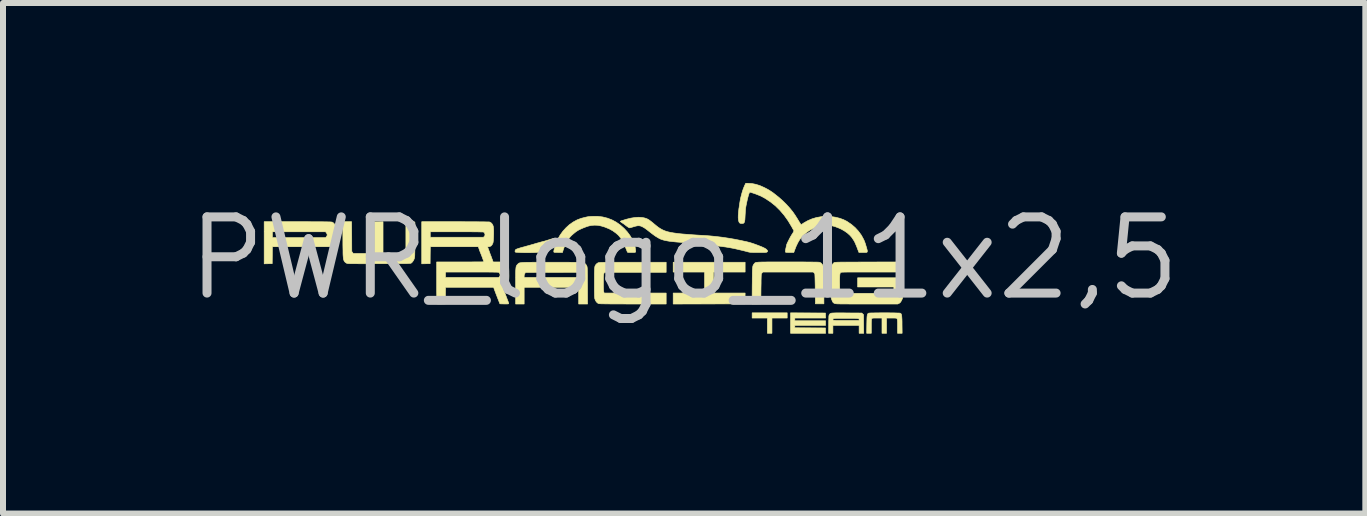
<source format=kicad_pcb>
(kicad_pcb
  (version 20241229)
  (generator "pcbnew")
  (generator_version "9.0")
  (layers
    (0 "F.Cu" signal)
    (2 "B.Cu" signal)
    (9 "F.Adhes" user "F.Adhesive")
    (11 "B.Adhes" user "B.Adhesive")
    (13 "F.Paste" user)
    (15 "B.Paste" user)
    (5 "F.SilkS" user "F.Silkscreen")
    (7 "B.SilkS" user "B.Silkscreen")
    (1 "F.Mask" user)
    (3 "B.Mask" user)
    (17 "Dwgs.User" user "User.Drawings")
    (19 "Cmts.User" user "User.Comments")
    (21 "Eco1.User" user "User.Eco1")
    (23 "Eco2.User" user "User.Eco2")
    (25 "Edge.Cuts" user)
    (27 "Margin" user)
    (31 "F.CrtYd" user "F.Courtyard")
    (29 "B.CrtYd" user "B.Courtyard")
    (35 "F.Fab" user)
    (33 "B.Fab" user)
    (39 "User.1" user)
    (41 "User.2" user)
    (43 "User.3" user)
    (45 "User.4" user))
  (footprint "PWR_logo_11x2,5"
    (layer "F.Cu")
    (at 8.353 1.255)
    (property "Reference" "PWR_logo_11x2,5" (at 0 0 0) (layer "Dwgs.User") (effects (font (size 1.27 1.27) (thickness 0.15))))
    (attr through_hole)
    (fp_poly (pts (xy 1.717 0.996) (xy 1.463 0.996) (xy 1.463 1.25) (xy 1.387 1.25) (xy 1.387 0.996) (xy 1.133 0.996) (xy 1.133 0.909) (xy 1.717 0.909) (xy 1.717 0.996)) (stroke (width 0.01) (type solid)) (fill yes) (layer "F.SilkS"))
    (fp_poly (pts (xy 1.016 0.229) (xy 0.488 0.229) (xy 0.488 0.579) (xy 1.016 0.579) (xy 1.013 0.759) (xy 0.415 0.761) (xy -0.183 0.762) (xy -0.183 0.579) (xy 0.34 0.579) (xy 0.34 0.229) (xy -0.183 0.229) (xy -0.183 0.066) (xy 1.016 0.066) (xy 1.016 0.229)) (stroke (width 0.01) (type solid)) (fill yes) (layer "F.SilkS"))
    (fp_poly (pts (xy 2.355 0.912) (xy 2.358 0.996) (xy 1.844 0.996) (xy 1.844 1.041) (xy 2.357 1.041) (xy 2.357 1.118) (xy 1.844 1.118) (xy 1.844 1.158) (xy 2.355 1.161) (xy 2.356 1.205) (xy 2.358 1.25) (xy 1.773 1.25) (xy 1.773 0.909) (xy 2.355 0.912)) (stroke (width 0.01) (type solid)) (fill yes) (layer "F.SilkS"))
    (fp_poly (pts (xy -6.351 -0.61) (xy -6.271 -0.61) (xy -6.2 -0.609) (xy -6.137 -0.609) (xy -6.082 -0.609) (xy -6.035 -0.609) (xy -5.995 -0.608) (xy -5.962 -0.608) (xy -5.934 -0.607) (xy -5.912 -0.607) (xy -5.895 -0.606) (xy -5.882 -0.605) (xy -5.873 -0.604) (xy -5.867 -0.603) (xy -5.866 -0.603) (xy -5.847 -0.591) (xy -5.829 -0.572) (xy -5.816 -0.551) (xy -5.812 -0.54) (xy -5.81 -0.529) (xy -5.809 -0.51) (xy -5.808 -0.483) (xy -5.807 -0.452) (xy -5.807 -0.417) (xy -5.806 -0.404) (xy -5.807 -0.358) (xy -5.808 -0.322) (xy -5.809 -0.293) (xy -5.812 -0.27) (xy -5.816 -0.252) (xy -5.822 -0.238) (xy -5.83 -0.226) (xy -5.84 -0.214) (xy -5.842 -0.212) (xy -5.861 -0.193) (xy -6.863 -0.193) (xy -6.866 0.089) (xy -7 0.092) (xy -7 -0.345) (xy -6.863 -0.345) (xy -5.975 -0.345) (xy -5.962 -0.361) (xy -5.951 -0.38) (xy -5.95 -0.398) (xy -5.959 -0.418) (xy -5.963 -0.423) (xy -5.977 -0.442) (xy -6.863 -0.442) (xy -6.863 -0.345) (xy -7 -0.345) (xy -7 -0.61) (xy -6.441 -0.61) (xy -6.351 -0.61)) (stroke (width 0.01) (type solid)) (fill yes) (layer "F.SilkS"))
    (fp_poly (pts (xy 2.609 0.91) (xy 2.661 0.91) (xy 2.709 0.911) (xy 2.961 0.912) (xy 2.975 0.926) (xy 2.99 0.94) (xy 2.991 1.095) (xy 2.993 1.25) (xy 2.916 1.25) (xy 2.916 1.118) (xy 2.479 1.118) (xy 2.479 1.25) (xy 2.407 1.25) (xy 2.409 1.1) (xy 2.409 1.057) (xy 2.41 1.026) (xy 2.478 1.026) (xy 2.481 1.029) (xy 2.487 1.032) (xy 2.497 1.033) (xy 2.512 1.035) (xy 2.534 1.036) (xy 2.562 1.036) (xy 2.598 1.036) (xy 2.642 1.036) (xy 2.696 1.036) (xy 2.916 1.036) (xy 2.916 1.025) (xy 2.916 1.019) (xy 2.915 1.014) (xy 2.912 1.01) (xy 2.906 1.007) (xy 2.897 1.005) (xy 2.884 1.003) (xy 2.865 1.002) (xy 2.84 1.001) (xy 2.807 1.001) (xy 2.767 1.001) (xy 2.718 1.001) (xy 2.697 1.001) (xy 2.645 1.001) (xy 2.603 1.001) (xy 2.569 1.001) (xy 2.543 1.001) (xy 2.523 1.002) (xy 2.508 1.003) (xy 2.498 1.004) (xy 2.491 1.005) (xy 2.488 1.007) (xy 2.485 1.009) (xy 2.484 1.011) (xy 2.481 1.017) (xy 2.479 1.022) (xy 2.478 1.026) (xy 2.41 1.026) (xy 2.41 1.023) (xy 2.411 0.997) (xy 2.411 0.977) (xy 2.412 0.963) (xy 2.414 0.953) (xy 2.416 0.946) (xy 2.418 0.941) (xy 2.421 0.936) (xy 2.426 0.93) (xy 2.43 0.925) (xy 2.435 0.921) (xy 2.442 0.918) (xy 2.451 0.915) (xy 2.464 0.913) (xy 2.481 0.912) (xy 2.503 0.911) (xy 2.532 0.91) (xy 2.567 0.91) (xy 2.609 0.91)) (stroke (width 0.01) (type solid)) (fill yes) (layer "F.SilkS"))
    (fp_poly (pts (xy -2.151 -0.334) (xy -2.149 -0.33) (xy -2.149 -0.33) (xy -2.151 -0.323) (xy -2.157 -0.31) (xy -2.163 -0.296) (xy -2.172 -0.278) (xy -2.178 -0.263) (xy -2.182 -0.254) (xy -2.185 -0.243) (xy -2.191 -0.227) (xy -2.199 -0.207) (xy -2.201 -0.202) (xy -2.209 -0.183) (xy -2.215 -0.171) (xy -2.221 -0.165) (xy -2.228 -0.162) (xy -2.237 -0.16) (xy -2.25 -0.157) (xy -2.27 -0.151) (xy -2.294 -0.143) (xy -2.319 -0.134) (xy -2.322 -0.133) (xy -2.348 -0.124) (xy -2.374 -0.115) (xy -2.397 -0.108) (xy -2.413 -0.103) (xy -2.413 -0.103) (xy -2.43 -0.1) (xy -2.455 -0.098) (xy -2.487 -0.096) (xy -2.525 -0.095) (xy -2.568 -0.094) (xy -2.613 -0.094) (xy -2.659 -0.094) (xy -2.706 -0.095) (xy -2.723 -0.096) (xy -2.751 -0.097) (xy -2.776 -0.099) (xy -2.796 -0.1) (xy -2.809 -0.102) (xy -2.813 -0.103) (xy -2.819 -0.112) (xy -2.818 -0.126) (xy -2.812 -0.14) (xy -2.812 -0.141) (xy -2.803 -0.148) (xy -2.786 -0.156) (xy -2.759 -0.165) (xy -2.724 -0.176) (xy -2.681 -0.188) (xy -2.667 -0.191) (xy -2.644 -0.198) (xy -2.615 -0.206) (xy -2.581 -0.215) (xy -2.544 -0.226) (xy -2.504 -0.237) (xy -2.493 -0.241) (xy -2.455 -0.252) (xy -2.421 -0.261) (xy -2.39 -0.27) (xy -2.365 -0.277) (xy -2.347 -0.282) (xy -2.337 -0.284) (xy -2.335 -0.284) (xy -2.328 -0.286) (xy -2.314 -0.29) (xy -2.293 -0.296) (xy -2.268 -0.304) (xy -2.249 -0.31) (xy -2.215 -0.321) (xy -2.189 -0.328) (xy -2.17 -0.333) (xy -2.158 -0.335) (xy -2.151 -0.334)) (stroke (width 0.01) (type solid)) (fill yes) (layer "F.SilkS"))
    (fp_poly (pts (xy 3.361 0.909) (xy 3.406 0.909) (xy 3.449 0.91) (xy 3.489 0.91) (xy 3.525 0.911) (xy 3.556 0.912) (xy 3.58 0.912) (xy 3.596 0.914) (xy 3.602 0.915) (xy 3.61 0.92) (xy 3.616 0.926) (xy 3.62 0.935) (xy 3.624 0.948) (xy 3.626 0.965) (xy 3.628 0.989) (xy 3.63 1.019) (xy 3.631 1.058) (xy 3.631 1.104) (xy 3.633 1.25) (xy 3.556 1.25) (xy 3.556 1.134) (xy 3.556 1.095) (xy 3.556 1.066) (xy 3.555 1.044) (xy 3.554 1.028) (xy 3.552 1.017) (xy 3.55 1.01) (xy 3.548 1.007) (xy 3.545 1.003) (xy 3.54 1) (xy 3.533 0.998) (xy 3.522 0.997) (xy 3.505 0.996) (xy 3.481 0.996) (xy 3.457 0.996) (xy 3.373 0.996) (xy 3.373 1.25) (xy 3.297 1.25) (xy 3.297 0.996) (xy 3.216 0.996) (xy 3.186 0.996) (xy 3.164 0.996) (xy 3.149 0.997) (xy 3.139 0.998) (xy 3.133 1.001) (xy 3.129 1.004) (xy 3.127 1.007) (xy 3.124 1.012) (xy 3.122 1.02) (xy 3.121 1.033) (xy 3.12 1.05) (xy 3.119 1.075) (xy 3.119 1.107) (xy 3.119 1.134) (xy 3.119 1.25) (xy 3.042 1.25) (xy 3.044 1.104) (xy 3.045 1.056) (xy 3.046 1.018) (xy 3.047 0.988) (xy 3.049 0.965) (xy 3.052 0.947) (xy 3.055 0.934) (xy 3.06 0.926) (xy 3.066 0.919) (xy 3.073 0.915) (xy 3.08 0.914) (xy 3.096 0.912) (xy 3.121 0.911) (xy 3.151 0.911) (xy 3.187 0.91) (xy 3.228 0.91) (xy 3.271 0.909) (xy 3.316 0.909) (xy 3.361 0.909)) (stroke (width 0.01) (type solid)) (fill yes) (layer "F.SilkS"))
    (fp_poly (pts (xy 1.647 0.061) (xy 1.725 0.061) (xy 1.817 0.061) (xy 1.901 0.061) (xy 1.977 0.061) (xy 2.044 0.062) (xy 2.102 0.062) (xy 2.152 0.063) (xy 2.192 0.063) (xy 2.222 0.064) (xy 2.244 0.065) (xy 2.255 0.066) (xy 2.256 0.066) (xy 2.279 0.077) (xy 2.299 0.098) (xy 2.316 0.127) (xy 2.329 0.155) (xy 2.329 0.759) (xy 2.187 0.759) (xy 2.184 0.513) (xy 2.184 0.464) (xy 2.183 0.418) (xy 2.182 0.375) (xy 2.181 0.338) (xy 2.18 0.307) (xy 2.179 0.282) (xy 2.178 0.266) (xy 2.177 0.259) (xy 2.177 0.259) (xy 2.171 0.25) (xy 2.162 0.24) (xy 2.152 0.229) (xy 1.312 0.229) (xy 1.302 0.24) (xy 1.293 0.251) (xy 1.287 0.259) (xy 1.286 0.266) (xy 1.285 0.281) (xy 1.284 0.305) (xy 1.283 0.336) (xy 1.282 0.373) (xy 1.282 0.415) (xy 1.281 0.461) (xy 1.28 0.51) (xy 1.28 0.513) (xy 1.278 0.759) (xy 1.205 0.761) (xy 1.132 0.762) (xy 1.134 0.461) (xy 1.135 0.395) (xy 1.135 0.338) (xy 1.136 0.29) (xy 1.136 0.249) (xy 1.137 0.216) (xy 1.138 0.188) (xy 1.14 0.166) (xy 1.142 0.148) (xy 1.144 0.135) (xy 1.147 0.124) (xy 1.151 0.115) (xy 1.155 0.107) (xy 1.16 0.1) (xy 1.164 0.095) (xy 1.168 0.089) (xy 1.172 0.085) (xy 1.176 0.08) (xy 1.18 0.077) (xy 1.186 0.073) (xy 1.193 0.071) (xy 1.203 0.068) (xy 1.216 0.067) (xy 1.233 0.065) (xy 1.254 0.064) (xy 1.28 0.063) (xy 1.312 0.062) (xy 1.349 0.062) (xy 1.393 0.061) (xy 1.444 0.061) (xy 1.503 0.061) (xy 1.571 0.061) (xy 1.647 0.061)) (stroke (width 0.01) (type solid)) (fill yes) (layer "F.SilkS"))
    (fp_poly (pts (xy -0.3 0.234) (xy -1.33 0.234) (xy -1.338 0.255) (xy -1.341 0.264) (xy -1.343 0.274) (xy -1.344 0.289) (xy -1.345 0.308) (xy -1.346 0.333) (xy -1.346 0.366) (xy -1.346 0.407) (xy -1.346 0.409) (xy -1.346 0.456) (xy -1.345 0.496) (xy -1.344 0.527) (xy -1.342 0.548) (xy -1.34 0.559) (xy -1.334 0.579) (xy -0.3 0.579) (xy -0.3 0.762) (xy -0.855 0.762) (xy -0.947 0.762) (xy -1.029 0.761) (xy -1.102 0.761) (xy -1.167 0.761) (xy -1.223 0.761) (xy -1.271 0.76) (xy -1.312 0.76) (xy -1.345 0.759) (xy -1.373 0.759) (xy -1.394 0.758) (xy -1.41 0.757) (xy -1.42 0.756) (xy -1.426 0.755) (xy -1.427 0.755) (xy -1.447 0.743) (xy -1.466 0.723) (xy -1.481 0.697) (xy -1.486 0.682) (xy -1.489 0.675) (xy -1.491 0.667) (xy -1.492 0.657) (xy -1.493 0.645) (xy -1.494 0.629) (xy -1.495 0.609) (xy -1.495 0.584) (xy -1.496 0.552) (xy -1.496 0.513) (xy -1.496 0.466) (xy -1.496 0.409) (xy -1.496 0.406) (xy -1.496 0.347) (xy -1.496 0.297) (xy -1.496 0.256) (xy -1.495 0.222) (xy -1.494 0.194) (xy -1.493 0.172) (xy -1.491 0.155) (xy -1.489 0.141) (xy -1.486 0.13) (xy -1.482 0.121) (xy -1.477 0.114) (xy -1.472 0.106) (xy -1.469 0.102) (xy -1.456 0.089) (xy -1.44 0.078) (xy -1.436 0.076) (xy -1.432 0.074) (xy -1.428 0.073) (xy -1.422 0.072) (xy -1.415 0.071) (xy -1.405 0.07) (xy -1.392 0.069) (xy -1.376 0.068) (xy -1.355 0.068) (xy -1.33 0.067) (xy -1.299 0.067) (xy -1.263 0.067) (xy -1.22 0.067) (xy -1.17 0.066) (xy -1.112 0.066) (xy -1.046 0.066) (xy -0.971 0.066) (xy -0.887 0.066) (xy -0.857 0.066) (xy -0.3 0.066) (xy -0.3 0.234)) (stroke (width 0.01) (type solid)) (fill yes) (layer "F.SilkS"))
    (fp_poly (pts (xy -2.264 0.066) (xy -2.204 0.066) (xy -2.12 0.066) (xy -2.045 0.066) (xy -1.98 0.066) (xy -1.923 0.066) (xy -1.873 0.067) (xy -1.831 0.067) (xy -1.796 0.067) (xy -1.766 0.068) (xy -1.742 0.068) (xy -1.723 0.069) (xy -1.708 0.07) (xy -1.696 0.07) (xy -1.688 0.071) (xy -1.682 0.073) (xy -1.678 0.074) (xy -1.678 0.074) (xy -1.653 0.088) (xy -1.634 0.108) (xy -1.624 0.127) (xy -1.621 0.132) (xy -1.62 0.137) (xy -1.618 0.143) (xy -1.617 0.152) (xy -1.615 0.163) (xy -1.615 0.177) (xy -1.614 0.196) (xy -1.613 0.219) (xy -1.613 0.249) (xy -1.612 0.286) (xy -1.612 0.33) (xy -1.612 0.382) (xy -1.611 0.444) (xy -1.611 0.456) (xy -1.61 0.762) (xy -1.758 0.762) (xy -1.758 0.483) (xy -2.667 0.483) (xy -2.667 0.762) (xy -2.809 0.762) (xy -2.809 0.463) (xy -2.809 0.397) (xy -2.809 0.341) (xy -2.809 0.295) (xy -2.667 0.295) (xy -2.667 0.32) (xy -1.758 0.32) (xy -1.758 0.296) (xy -1.759 0.277) (xy -1.766 0.263) (xy -1.773 0.253) (xy -1.789 0.234) (xy -2.216 0.235) (xy -2.644 0.236) (xy -2.655 0.253) (xy -2.665 0.274) (xy -2.667 0.295) (xy -2.809 0.295) (xy -2.809 0.293) (xy -2.809 0.253) (xy -2.808 0.22) (xy -2.807 0.193) (xy -2.805 0.171) (xy -2.803 0.154) (xy -2.801 0.141) (xy -2.797 0.13) (xy -2.793 0.122) (xy -2.789 0.115) (xy -2.783 0.108) (xy -2.776 0.101) (xy -2.776 0.1) (xy -2.771 0.095) (xy -2.766 0.09) (xy -2.761 0.086) (xy -2.756 0.082) (xy -2.749 0.079) (xy -2.74 0.076) (xy -2.728 0.074) (xy -2.714 0.072) (xy -2.696 0.07) (xy -2.673 0.069) (xy -2.646 0.068) (xy -2.613 0.067) (xy -2.573 0.067) (xy -2.527 0.066) (xy -2.474 0.066) (xy -2.413 0.066) (xy -2.343 0.066) (xy -2.264 0.066)) (stroke (width 0.01) (type solid)) (fill yes) (layer "F.SilkS"))
    (fp_poly (pts (xy -5.019 -0.081) (xy -4.669 -0.081) (xy -4.654 -0.101) (xy -4.638 -0.121) (xy -4.638 -0.365) (xy -4.638 -0.61) (xy -4.564 -0.61) (xy -4.536 -0.61) (xy -4.516 -0.609) (xy -4.503 -0.608) (xy -4.495 -0.607) (xy -4.491 -0.604) (xy -4.489 -0.6) (xy -4.488 -0.597) (xy -4.487 -0.59) (xy -4.487 -0.574) (xy -4.487 -0.549) (xy -4.486 -0.517) (xy -4.486 -0.479) (xy -4.486 -0.435) (xy -4.486 -0.388) (xy -4.487 -0.336) (xy -4.487 -0.304) (xy -4.487 -0.242) (xy -4.488 -0.19) (xy -4.488 -0.146) (xy -4.489 -0.109) (xy -4.49 -0.079) (xy -4.49 -0.056) (xy -4.491 -0.037) (xy -4.493 -0.023) (xy -4.494 -0.012) (xy -4.496 -0.004) (xy -4.497 0.003) (xy -4.509 0.031) (xy -4.525 0.056) (xy -4.542 0.075) (xy -4.549 0.079) (xy -4.551 0.081) (xy -4.555 0.082) (xy -4.56 0.083) (xy -4.567 0.085) (xy -4.576 0.085) (xy -4.589 0.086) (xy -4.605 0.087) (xy -4.625 0.088) (xy -4.651 0.088) (xy -4.682 0.088) (xy -4.719 0.089) (xy -4.762 0.089) (xy -4.813 0.089) (xy -4.872 0.09) (xy -4.939 0.09) (xy -5.016 0.09) (xy -5.085 0.09) (xy -5.169 0.09) (xy -5.244 0.09) (xy -5.31 0.091) (xy -5.367 0.091) (xy -5.417 0.091) (xy -5.459 0.09) (xy -5.495 0.09) (xy -5.525 0.09) (xy -5.55 0.09) (xy -5.57 0.089) (xy -5.586 0.088) (xy -5.598 0.088) (xy -5.607 0.087) (xy -5.614 0.086) (xy -5.62 0.084) (xy -5.624 0.083) (xy -5.627 0.082) (xy -5.643 0.072) (xy -5.657 0.059) (xy -5.659 0.056) (xy -5.665 0.048) (xy -5.669 0.04) (xy -5.673 0.031) (xy -5.676 0.02) (xy -5.679 0.007) (xy -5.681 -0.009) (xy -5.683 -0.03) (xy -5.685 -0.056) (xy -5.686 -0.087) (xy -5.686 -0.125) (xy -5.687 -0.171) (xy -5.688 -0.224) (xy -5.688 -0.287) (xy -5.688 -0.314) (xy -5.69 -0.61) (xy -5.616 -0.61) (xy -5.543 -0.61) (xy -5.541 -0.362) (xy -5.54 -0.114) (xy -5.528 -0.098) (xy -5.516 -0.081) (xy -5.166 -0.081) (xy -5.164 -0.607) (xy -5.091 -0.608) (xy -5.019 -0.61) (xy -5.019 -0.081)) (stroke (width 0.01) (type solid)) (fill yes) (layer "F.SilkS"))
    (fp_poly (pts (xy -1.438 -0.699) (xy -1.357 -0.689) (xy -1.278 -0.669) (xy -1.203 -0.64) (xy -1.132 -0.602) (xy -1.064 -0.554) (xy -0.999 -0.496) (xy -0.998 -0.495) (xy -0.948 -0.44) (xy -0.904 -0.381) (xy -0.868 -0.321) (xy -0.84 -0.259) (xy -0.821 -0.199) (xy -0.817 -0.185) (xy -0.812 -0.153) (xy -0.809 -0.129) (xy -0.808 -0.113) (xy -0.811 -0.104) (xy -0.816 -0.1) (xy -0.824 -0.098) (xy -0.84 -0.097) (xy -0.861 -0.097) (xy -0.884 -0.097) (xy -0.912 -0.097) (xy -0.931 -0.098) (xy -0.942 -0.1) (xy -0.946 -0.103) (xy -0.966 -0.153) (xy -0.984 -0.195) (xy -0.999 -0.23) (xy -1.012 -0.259) (xy -1.025 -0.284) (xy -1.037 -0.305) (xy -1.049 -0.324) (xy -1.06 -0.34) (xy -1.095 -0.383) (xy -1.14 -0.422) (xy -1.19 -0.458) (xy -1.246 -0.489) (xy -1.26 -0.495) (xy -1.324 -0.521) (xy -1.384 -0.539) (xy -1.44 -0.55) (xy -1.494 -0.552) (xy -1.548 -0.548) (xy -1.592 -0.538) (xy -1.619 -0.53) (xy -1.651 -0.518) (xy -1.687 -0.504) (xy -1.721 -0.489) (xy -1.752 -0.475) (xy -1.767 -0.466) (xy -1.793 -0.45) (xy -1.821 -0.429) (xy -1.85 -0.405) (xy -1.876 -0.382) (xy -1.897 -0.36) (xy -1.901 -0.355) (xy -1.917 -0.335) (xy -1.933 -0.312) (xy -1.949 -0.289) (xy -1.961 -0.268) (xy -1.97 -0.251) (xy -1.974 -0.244) (xy -1.978 -0.232) (xy -1.985 -0.216) (xy -1.991 -0.203) (xy -2 -0.184) (xy -2.009 -0.16) (xy -2.017 -0.136) (xy -2.017 -0.136) (xy -2.028 -0.097) (xy -2.092 -0.097) (xy -2.118 -0.098) (xy -2.14 -0.098) (xy -2.157 -0.099) (xy -2.166 -0.1) (xy -2.166 -0.1) (xy -2.171 -0.103) (xy -2.173 -0.11) (xy -2.172 -0.123) (xy -2.172 -0.126) (xy -2.167 -0.147) (xy -2.16 -0.174) (xy -2.15 -0.206) (xy -2.139 -0.239) (xy -2.127 -0.27) (xy -2.116 -0.299) (xy -2.107 -0.318) (xy -2.067 -0.388) (xy -2.021 -0.452) (xy -1.968 -0.51) (xy -1.911 -0.562) (xy -1.849 -0.605) (xy -1.785 -0.64) (xy -1.717 -0.666) (xy -1.693 -0.672) (xy -1.658 -0.681) (xy -1.628 -0.688) (xy -1.603 -0.693) (xy -1.578 -0.696) (xy -1.551 -0.698) (xy -1.524 -0.699) (xy -1.438 -0.699)) (stroke (width 0.01) (type solid)) (fill yes) (layer "F.SilkS"))
    (fp_poly (pts (xy 3.642 0.229) (xy 3.129 0.229) (xy 3.046 0.229) (xy 2.972 0.229) (xy 2.907 0.229) (xy 2.85 0.229) (xy 2.801 0.229) (xy 2.76 0.229) (xy 2.725 0.229) (xy 2.696 0.23) (xy 2.672 0.23) (xy 2.653 0.231) (xy 2.639 0.231) (xy 2.628 0.232) (xy 2.62 0.233) (xy 2.614 0.234) (xy 2.611 0.235) (xy 2.608 0.237) (xy 2.606 0.238) (xy 2.602 0.245) (xy 2.598 0.255) (xy 2.595 0.27) (xy 2.593 0.29) (xy 2.592 0.316) (xy 2.591 0.35) (xy 2.591 0.392) (xy 2.592 0.434) (xy 2.592 0.473) (xy 2.593 0.503) (xy 2.594 0.526) (xy 2.595 0.542) (xy 2.597 0.554) (xy 2.599 0.562) (xy 2.601 0.568) (xy 2.603 0.57) (xy 2.612 0.584) (xy 3.469 0.584) (xy 3.482 0.569) (xy 3.489 0.559) (xy 3.493 0.549) (xy 3.495 0.535) (xy 3.495 0.515) (xy 3.495 0.478) (xy 2.891 0.478) (xy 2.891 0.325) (xy 3.643 0.325) (xy 3.641 0.497) (xy 3.64 0.668) (xy 3.622 0.704) (xy 3.612 0.723) (xy 3.602 0.736) (xy 3.592 0.745) (xy 3.582 0.751) (xy 3.559 0.762) (xy 3.043 0.762) (xy 2.959 0.762) (xy 2.885 0.762) (xy 2.82 0.762) (xy 2.763 0.762) (xy 2.713 0.761) (xy 2.671 0.761) (xy 2.636 0.761) (xy 2.606 0.761) (xy 2.582 0.76) (xy 2.562 0.76) (xy 2.546 0.759) (xy 2.534 0.758) (xy 2.525 0.757) (xy 2.518 0.756) (xy 2.513 0.755) (xy 2.509 0.753) (xy 2.506 0.752) (xy 2.492 0.745) (xy 2.481 0.735) (xy 2.472 0.721) (xy 2.464 0.701) (xy 2.458 0.686) (xy 2.455 0.678) (xy 2.453 0.671) (xy 2.451 0.663) (xy 2.45 0.653) (xy 2.448 0.641) (xy 2.448 0.626) (xy 2.447 0.606) (xy 2.446 0.58) (xy 2.446 0.549) (xy 2.446 0.51) (xy 2.446 0.462) (xy 2.446 0.406) (xy 2.446 0.344) (xy 2.446 0.292) (xy 2.447 0.248) (xy 2.447 0.213) (xy 2.448 0.185) (xy 2.449 0.164) (xy 2.451 0.149) (xy 2.452 0.14) (xy 2.452 0.139) (xy 2.465 0.11) (xy 2.483 0.086) (xy 2.496 0.074) (xy 2.498 0.072) (xy 2.501 0.071) (xy 2.504 0.07) (xy 2.509 0.069) (xy 2.516 0.068) (xy 2.526 0.067) (xy 2.539 0.066) (xy 2.556 0.065) (xy 2.576 0.065) (xy 2.602 0.064) (xy 2.633 0.064) (xy 2.671 0.064) (xy 2.714 0.063) (xy 2.765 0.063) (xy 2.824 0.063) (xy 2.891 0.063) (xy 2.967 0.062) (xy 3.052 0.062) (xy 3.076 0.062) (xy 3.642 0.061) (xy 3.642 0.229)) (stroke (width 0.01) (type solid)) (fill yes) (layer "F.SilkS"))
    (fp_poly (pts (xy -0.701 -0.68) (xy -0.688 -0.678) (xy -0.659 -0.672) (xy -0.633 -0.664) (xy -0.608 -0.653) (xy -0.582 -0.637) (xy -0.555 -0.617) (xy -0.522 -0.591) (xy -0.506 -0.577) (xy -0.466 -0.544) (xy -0.429 -0.515) (xy -0.393 -0.492) (xy -0.356 -0.472) (xy -0.318 -0.456) (xy -0.277 -0.443) (xy -0.23 -0.432) (xy -0.178 -0.423) (xy -0.118 -0.415) (xy -0.069 -0.409) (xy -0.027 -0.405) (xy 0.024 -0.401) (xy 0.08 -0.397) (xy 0.141 -0.392) (xy 0.203 -0.388) (xy 0.266 -0.384) (xy 0.325 -0.381) (xy 0.422 -0.374) (xy 0.525 -0.364) (xy 0.632 -0.351) (xy 0.739 -0.335) (xy 0.845 -0.317) (xy 0.945 -0.297) (xy 0.955 -0.295) (xy 0.98 -0.289) (xy 1.005 -0.284) (xy 1.026 -0.28) (xy 1.029 -0.279) (xy 1.058 -0.272) (xy 1.093 -0.263) (xy 1.132 -0.251) (xy 1.173 -0.237) (xy 1.214 -0.222) (xy 1.253 -0.207) (xy 1.289 -0.193) (xy 1.32 -0.179) (xy 1.344 -0.167) (xy 1.356 -0.16) (xy 1.371 -0.149) (xy 1.383 -0.136) (xy 1.387 -0.131) (xy 1.391 -0.12) (xy 1.39 -0.113) (xy 1.382 -0.106) (xy 1.378 -0.103) (xy 1.373 -0.101) (xy 1.365 -0.099) (xy 1.354 -0.098) (xy 1.338 -0.097) (xy 1.316 -0.097) (xy 1.287 -0.097) (xy 1.249 -0.097) (xy 1.235 -0.097) (xy 1.194 -0.097) (xy 1.161 -0.097) (xy 1.136 -0.098) (xy 1.116 -0.099) (xy 1.1 -0.1) (xy 1.086 -0.102) (xy 1.073 -0.105) (xy 1.059 -0.108) (xy 1.054 -0.11) (xy 0.979 -0.129) (xy 0.903 -0.147) (xy 0.829 -0.164) (xy 0.759 -0.177) (xy 0.694 -0.188) (xy 0.639 -0.195) (xy 0.613 -0.199) (xy 0.58 -0.203) (xy 0.543 -0.207) (xy 0.505 -0.212) (xy 0.478 -0.215) (xy 0.396 -0.225) (xy 0.309 -0.235) (xy 0.219 -0.244) (xy 0.13 -0.252) (xy 0.046 -0.259) (xy 0.003 -0.262) (xy -0.071 -0.267) (xy -0.135 -0.272) (xy -0.191 -0.278) (xy -0.239 -0.283) (xy -0.281 -0.29) (xy -0.317 -0.297) (xy -0.349 -0.305) (xy -0.376 -0.314) (xy -0.4 -0.323) (xy -0.423 -0.335) (xy -0.452 -0.352) (xy -0.484 -0.372) (xy -0.517 -0.396) (xy -0.549 -0.42) (xy -0.572 -0.438) (xy -0.62 -0.476) (xy -0.662 -0.506) (xy -0.699 -0.527) (xy -0.708 -0.531) (xy -0.73 -0.539) (xy -0.753 -0.543) (xy -0.778 -0.542) (xy -0.808 -0.536) (xy -0.843 -0.526) (xy -0.866 -0.519) (xy -0.887 -0.513) (xy -0.902 -0.509) (xy -0.91 -0.508) (xy -0.92 -0.511) (xy -0.935 -0.52) (xy -0.954 -0.533) (xy -0.958 -0.536) (xy -0.979 -0.552) (xy -1.001 -0.569) (xy -1.021 -0.583) (xy -1.024 -0.584) (xy -1.044 -0.598) (xy -1.057 -0.607) (xy -1.063 -0.613) (xy -1.063 -0.617) (xy -1.057 -0.62) (xy -1.049 -0.624) (xy -0.966 -0.65) (xy -0.89 -0.669) (xy -0.82 -0.68) (xy -0.757 -0.684) (xy -0.701 -0.68)) (stroke (width 0.01) (type solid)) (fill yes) (layer "F.SilkS"))
    (fp_poly (pts (xy 1.129 -1.246) (xy 1.194 -1.233) (xy 1.261 -1.212) (xy 1.331 -1.181) (xy 1.343 -1.175) (xy 1.376 -1.158) (xy 1.405 -1.142) (xy 1.431 -1.126) (xy 1.457 -1.109) (xy 1.487 -1.088) (xy 1.511 -1.069) (xy 1.578 -1.016) (xy 1.642 -0.959) (xy 1.704 -0.898) (xy 1.76 -0.836) (xy 1.81 -0.775) (xy 1.852 -0.714) (xy 1.861 -0.699) (xy 1.873 -0.681) (xy 1.885 -0.662) (xy 1.89 -0.653) (xy 1.899 -0.638) (xy 1.911 -0.619) (xy 1.923 -0.598) (xy 1.925 -0.596) (xy 1.937 -0.576) (xy 1.947 -0.564) (xy 1.952 -0.562) (xy 1.959 -0.566) (xy 1.972 -0.575) (xy 1.989 -0.586) (xy 1.996 -0.591) (xy 2.062 -0.628) (xy 2.13 -0.657) (xy 2.203 -0.679) (xy 2.282 -0.693) (xy 2.315 -0.697) (xy 2.384 -0.699) (xy 2.455 -0.695) (xy 2.525 -0.684) (xy 2.593 -0.667) (xy 2.656 -0.644) (xy 2.712 -0.616) (xy 2.716 -0.613) (xy 2.787 -0.565) (xy 2.85 -0.511) (xy 2.905 -0.451) (xy 2.953 -0.385) (xy 2.993 -0.312) (xy 2.993 -0.311) (xy 3.002 -0.291) (xy 3.012 -0.265) (xy 3.022 -0.236) (xy 3.031 -0.205) (xy 3.04 -0.176) (xy 3.047 -0.15) (xy 3.052 -0.13) (xy 3.053 -0.117) (xy 3.05 -0.105) (xy 3.045 -0.1) (xy 3.037 -0.098) (xy 3.021 -0.097) (xy 3 -0.097) (xy 2.975 -0.097) (xy 2.913 -0.097) (xy 2.892 -0.151) (xy 2.876 -0.194) (xy 2.861 -0.229) (xy 2.849 -0.257) (xy 2.837 -0.282) (xy 2.824 -0.303) (xy 2.81 -0.324) (xy 2.795 -0.346) (xy 2.79 -0.353) (xy 2.758 -0.388) (xy 2.718 -0.423) (xy 2.672 -0.455) (xy 2.622 -0.484) (xy 2.578 -0.504) (xy 2.516 -0.528) (xy 2.458 -0.543) (xy 2.404 -0.552) (xy 2.351 -0.552) (xy 2.297 -0.545) (xy 2.242 -0.531) (xy 2.182 -0.509) (xy 2.169 -0.503) (xy 2.136 -0.489) (xy 2.111 -0.477) (xy 2.09 -0.465) (xy 2.072 -0.454) (xy 2.055 -0.442) (xy 2.006 -0.402) (xy 1.964 -0.36) (xy 1.927 -0.314) (xy 1.896 -0.262) (xy 1.867 -0.202) (xy 1.849 -0.156) (xy 1.827 -0.097) (xy 1.763 -0.097) (xy 1.738 -0.097) (xy 1.717 -0.098) (xy 1.701 -0.099) (xy 1.693 -0.1) (xy 1.693 -0.1) (xy 1.688 -0.106) (xy 1.687 -0.114) (xy 1.688 -0.124) (xy 1.69 -0.141) (xy 1.694 -0.162) (xy 1.699 -0.184) (xy 1.703 -0.206) (xy 1.707 -0.223) (xy 1.71 -0.232) (xy 1.718 -0.252) (xy 1.731 -0.278) (xy 1.746 -0.308) (xy 1.762 -0.339) (xy 1.778 -0.368) (xy 1.793 -0.393) (xy 1.796 -0.397) (xy 1.812 -0.422) (xy 1.822 -0.44) (xy 1.827 -0.453) (xy 1.828 -0.463) (xy 1.825 -0.469) (xy 1.824 -0.47) (xy 1.82 -0.476) (xy 1.812 -0.489) (xy 1.802 -0.508) (xy 1.792 -0.526) (xy 1.732 -0.626) (xy 1.667 -0.717) (xy 1.596 -0.8) (xy 1.52 -0.875) (xy 1.437 -0.941) (xy 1.349 -0.999) (xy 1.285 -1.034) (xy 1.269 -1.041) (xy 1.247 -1.05) (xy 1.222 -1.06) (xy 1.194 -1.071) (xy 1.166 -1.081) (xy 1.141 -1.089) (xy 1.119 -1.096) (xy 1.103 -1.101) (xy 1.095 -1.102) (xy 1.09 -1.098) (xy 1.083 -1.084) (xy 1.075 -1.062) (xy 1.067 -1.034) (xy 1.058 -1) (xy 1.049 -0.961) (xy 1.04 -0.919) (xy 1.031 -0.875) (xy 1.026 -0.846) (xy 1.024 -0.831) (xy 1.022 -0.808) (xy 1.02 -0.78) (xy 1.018 -0.748) (xy 1.016 -0.719) (xy 1.014 -0.677) (xy 1.012 -0.644) (xy 1.008 -0.619) (xy 1.003 -0.601) (xy 0.996 -0.59) (xy 0.986 -0.583) (xy 0.973 -0.58) (xy 0.957 -0.58) (xy 0.95 -0.58) (xy 0.933 -0.584) (xy 0.921 -0.592) (xy 0.913 -0.607) (xy 0.906 -0.63) (xy 0.904 -0.643) (xy 0.901 -0.678) (xy 0.902 -0.721) (xy 0.906 -0.774) (xy 0.913 -0.834) (xy 0.915 -0.841) (xy 0.919 -0.872) (xy 0.924 -0.906) (xy 0.929 -0.938) (xy 0.932 -0.955) (xy 0.939 -0.995) (xy 0.95 -1.039) (xy 0.962 -1.085) (xy 0.975 -1.129) (xy 0.989 -1.168) (xy 1.003 -1.201) (xy 1.003 -1.203) (xy 1.026 -1.25) (xy 1.064 -1.25) (xy 1.129 -1.246)) (stroke (width 0.01) (type solid)) (fill yes) (layer "F.SilkS"))
    (fp_poly (pts (xy -3.816 -0.61) (xy -3.714 -0.61) (xy -3.622 -0.609) (xy -3.54 -0.609) (xy -3.467 -0.609) (xy -3.404 -0.608) (xy -3.352 -0.608) (xy -3.309 -0.607) (xy -3.277 -0.606) (xy -3.254 -0.606) (xy -3.242 -0.605) (xy -3.24 -0.604) (xy -3.221 -0.594) (xy -3.203 -0.576) (xy -3.189 -0.553) (xy -3.18 -0.526) (xy -3.18 -0.525) (xy -3.178 -0.507) (xy -3.176 -0.483) (xy -3.175 -0.453) (xy -3.175 -0.419) (xy -3.176 -0.384) (xy -3.177 -0.35) (xy -3.179 -0.318) (xy -3.181 -0.29) (xy -3.184 -0.268) (xy -3.187 -0.255) (xy -3.187 -0.255) (xy -3.201 -0.226) (xy -3.218 -0.207) (xy -3.239 -0.196) (xy -3.258 -0.193) (xy -3.271 -0.192) (xy -3.275 -0.19) (xy -3.274 -0.184) (xy -3.271 -0.175) (xy -3.265 -0.16) (xy -3.258 -0.141) (xy -3.258 -0.14) (xy -3.25 -0.119) (xy -3.241 -0.093) (xy -3.231 -0.066) (xy -3.226 -0.053) (xy -3.216 -0.028) (xy -3.207 -0.002) (xy -3.198 0.02) (xy -3.195 0.029) (xy -3.184 0.061) (xy -3.092 0.061) (xy -3.058 0.061) (xy -3.034 0.061) (xy -3.015 0.062) (xy -3.002 0.064) (xy -2.992 0.066) (xy -2.983 0.069) (xy -2.977 0.072) (xy -2.962 0.081) (xy -2.951 0.093) (xy -2.94 0.111) (xy -2.939 0.114) (xy -2.934 0.124) (xy -2.93 0.134) (xy -2.927 0.143) (xy -2.925 0.155) (xy -2.924 0.171) (xy -2.923 0.192) (xy -2.922 0.221) (xy -2.922 0.245) (xy -2.921 0.293) (xy -2.922 0.332) (xy -2.924 0.364) (xy -2.928 0.39) (xy -2.934 0.412) (xy -2.941 0.43) (xy -2.945 0.438) (xy -2.958 0.458) (xy -2.972 0.471) (xy -2.991 0.478) (xy -3.001 0.48) (xy -3.015 0.483) (xy -3.02 0.487) (xy -3.02 0.492) (xy -3.017 0.5) (xy -3.011 0.516) (xy -3.004 0.535) (xy -3 0.546) (xy -2.98 0.599) (xy -2.958 0.659) (xy -2.936 0.716) (xy -2.929 0.734) (xy -2.925 0.749) (xy -2.925 0.757) (xy -2.925 0.758) (xy -2.932 0.759) (xy -2.946 0.761) (xy -2.967 0.761) (xy -2.992 0.761) (xy -3 0.761) (xy -3.071 0.759) (xy -3.094 0.701) (xy -3.109 0.663) (xy -3.125 0.621) (xy -3.142 0.577) (xy -3.157 0.537) (xy -3.168 0.507) (xy -3.176 0.483) (xy -3.977 0.483) (xy -3.979 0.621) (xy -3.98 0.759) (xy -4.049 0.761) (xy -4.075 0.761) (xy -4.096 0.761) (xy -4.112 0.76) (xy -4.121 0.759) (xy -4.121 0.759) (xy -4.122 0.753) (xy -4.123 0.738) (xy -4.123 0.715) (xy -4.124 0.684) (xy -4.124 0.646) (xy -4.124 0.602) (xy -4.125 0.553) (xy -4.125 0.5) (xy -4.125 0.443) (xy -4.125 0.408) (xy -4.125 0.32) (xy -3.978 0.32) (xy -3.092 0.32) (xy -3.08 0.309) (xy -3.071 0.294) (xy -3.068 0.275) (xy -3.073 0.256) (xy -3.084 0.239) (xy -3.088 0.235) (xy -3.092 0.234) (xy -3.101 0.233) (xy -3.114 0.232) (xy -3.134 0.231) (xy -3.16 0.231) (xy -3.192 0.23) (xy -3.232 0.23) (xy -3.28 0.229) (xy -3.336 0.229) (xy -3.4 0.229) (xy -3.474 0.229) (xy -3.537 0.229) (xy -3.978 0.229) (xy -3.978 0.32) (xy -4.125 0.32) (xy -4.125 0.061) (xy -3.731 0.061) (xy -3.669 0.061) (xy -3.61 0.061) (xy -3.554 0.061) (xy -3.504 0.06) (xy -3.458 0.06) (xy -3.419 0.06) (xy -3.386 0.06) (xy -3.361 0.059) (xy -3.345 0.059) (xy -3.338 0.059) (xy -3.338 0.058) (xy -3.339 0.053) (xy -3.345 0.038) (xy -3.353 0.017) (xy -3.363 -0.011) (xy -3.376 -0.045) (xy -3.391 -0.083) (xy -3.394 -0.089) (xy -3.403 -0.113) (xy -3.412 -0.137) (xy -3.419 -0.158) (xy -3.422 -0.166) (xy -3.431 -0.193) (xy -4.231 -0.193) (xy -4.233 -0.052) (xy -4.234 0.089) (xy -4.374 0.092) (xy -4.374 -0.442) (xy -4.232 -0.442) (xy -4.232 -0.351) (xy -3.344 -0.351) (xy -3.334 -0.362) (xy -3.325 -0.374) (xy -3.32 -0.384) (xy -3.32 -0.399) (xy -3.325 -0.415) (xy -3.334 -0.43) (xy -3.342 -0.436) (xy -3.348 -0.438) (xy -3.362 -0.439) (xy -3.385 -0.439) (xy -3.416 -0.44) (xy -3.456 -0.441) (xy -3.505 -0.441) (xy -3.564 -0.442) (xy -3.631 -0.442) (xy -3.709 -0.442) (xy -3.792 -0.442) (xy -4.232 -0.442) (xy -4.374 -0.442) (xy -4.374 -0.61) (xy -3.816 -0.61)) (stroke (width 0.01) (type solid)) (fill yes) (layer "F.SilkS")))
  (gr_rect
    (start -3 -3)
    (end 19.706 5.509)
    (stroke (width 0.1) (type default))
    (fill no)
    (layer "Edge.Cuts")))
</source>
